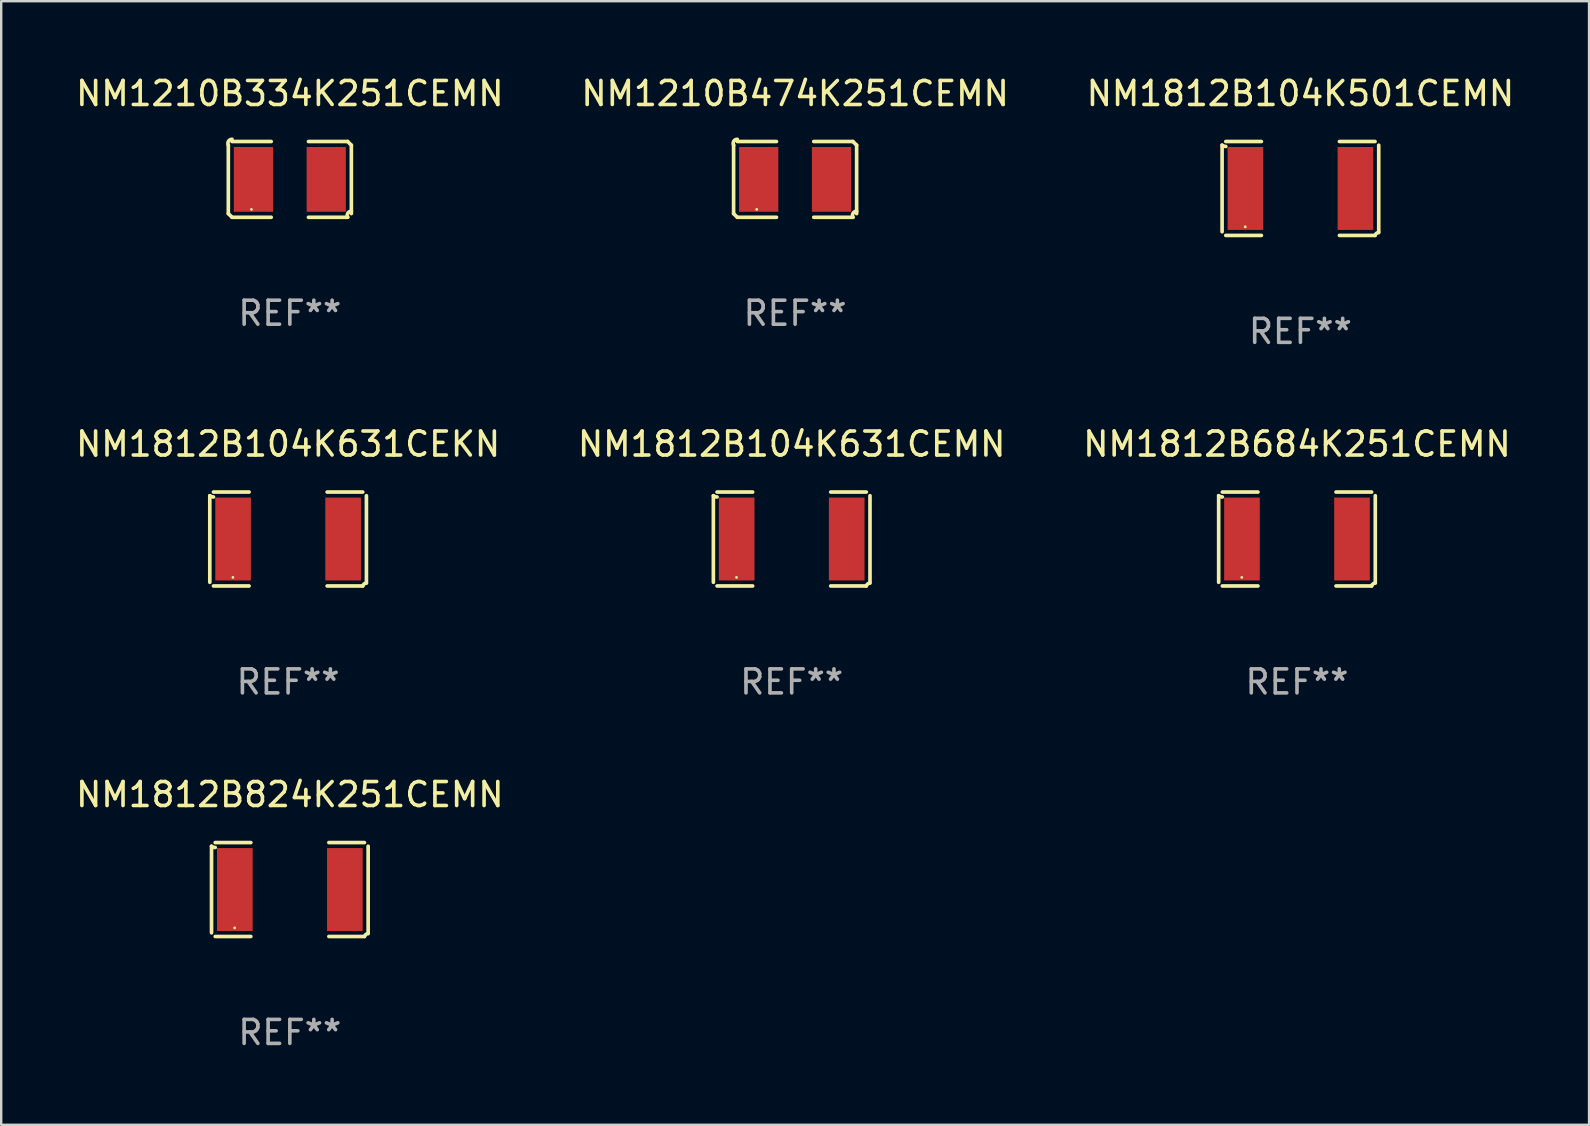
<source format=kicad_pcb>
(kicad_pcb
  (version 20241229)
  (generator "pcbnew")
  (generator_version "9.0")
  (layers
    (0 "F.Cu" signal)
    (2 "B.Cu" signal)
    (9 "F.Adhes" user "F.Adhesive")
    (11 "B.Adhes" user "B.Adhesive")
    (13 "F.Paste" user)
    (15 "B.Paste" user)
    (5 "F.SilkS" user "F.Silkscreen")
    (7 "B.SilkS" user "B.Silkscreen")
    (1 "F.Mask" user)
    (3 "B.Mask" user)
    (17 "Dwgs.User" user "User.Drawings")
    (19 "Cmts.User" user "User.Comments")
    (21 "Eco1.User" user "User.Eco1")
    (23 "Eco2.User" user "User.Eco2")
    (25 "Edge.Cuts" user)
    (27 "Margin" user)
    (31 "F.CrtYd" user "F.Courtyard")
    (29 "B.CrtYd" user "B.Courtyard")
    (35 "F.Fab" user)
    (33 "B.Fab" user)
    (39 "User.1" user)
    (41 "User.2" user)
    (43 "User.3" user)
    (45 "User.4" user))
  (footprint "NM1210B334K251CEMN"
    (layer "F.Cu")
    (at 9.03 4.427)
    (property "Reference" "NM1210B334K251CEMN" (at 0 -3.579 0) (layer "F.SilkS") (effects (font (size 1 1) (thickness 0.15))))
    (attr through_hole)
    (fp_line (start -2.564 1.426) (end -2.564 -1.426) (stroke (width 0.152) (type solid)) (layer "F.SilkS"))
    (fp_line (start -2.411 -1.579) (end -0.776 -1.579) (stroke (width 0.152) (type solid)) (layer "F.SilkS"))
    (fp_line (start -0.776 1.579) (end -2.411 1.579) (stroke (width 0.152) (type solid)) (layer "F.SilkS"))
    (fp_line (start 0.776 1.579) (end 2.411 1.579) (stroke (width 0.152) (type solid)) (layer "F.SilkS"))
    (fp_line (start 2.411 -1.579) (end 0.776 -1.579) (stroke (width 0.152) (type solid)) (layer "F.SilkS"))
    (fp_line (start 2.564 1.426) (end 2.564 -1.426) (stroke (width 0.152) (type solid)) (layer "F.SilkS"))
    (fp_arc (start -2.563602 -1.426213) (mid -2.555597 -1.591233) (end -2.411201 -1.671518) (stroke (width 0.1524) (type solid)) (layer "F.SilkS"))
    (fp_arc (start -2.5636 1.426214) (mid -2.487389 1.502402) (end -2.411201 1.578613) (stroke (width 0.1524) (type solid)) (layer "F.SilkS"))
    (fp_arc (start 2.411197 -1.578618) (mid 2.487403 -1.502419) (end 2.563602 -1.426213) (stroke (width 0.1524) (type solid)) (layer "F.SilkS"))
    (fp_arc (start 2.411201 1.578613) (mid 2.416214 1.409455) (end 2.563602 1.32629) (stroke (width 0.1524) (type solid)) (layer "F.SilkS"))
    (fp_circle (center -1.6 1.25) (end -1.57 1.25) (stroke (width 0.06) (type solid)) (fill no) (layer "F.SilkS"))
    (fp_text user "REF**" (at 0 5.579 0) (layer "F.Fab") (effects (font (size 1 1) (thickness 0.15))))
    (pad "1" smd rect (at -1.517 0) (size 1.635 2.7) (layers "F.Cu" "F.Mask" "F.Paste"))
    (pad "2" smd rect (at 1.517 0) (size 1.635 2.7) (layers "F.Cu" "F.Mask" "F.Paste")))
  (footprint "NM1210B474K251CEMN"
    (layer "F.Cu")
    (at 30.089 4.427)
    (property "Reference" "NM1210B474K251CEMN" (at 0 -3.579 0) (layer "F.SilkS") (effects (font (size 1 1) (thickness 0.15))))
    (attr through_hole)
    (fp_line (start -2.564 1.426) (end -2.564 -1.426) (stroke (width 0.152) (type solid)) (layer "F.SilkS"))
    (fp_line (start -2.411 -1.579) (end -0.776 -1.579) (stroke (width 0.152) (type solid)) (layer "F.SilkS"))
    (fp_line (start -0.776 1.579) (end -2.411 1.579) (stroke (width 0.152) (type solid)) (layer "F.SilkS"))
    (fp_line (start 0.776 1.579) (end 2.411 1.579) (stroke (width 0.152) (type solid)) (layer "F.SilkS"))
    (fp_line (start 2.411 -1.579) (end 0.776 -1.579) (stroke (width 0.152) (type solid)) (layer "F.SilkS"))
    (fp_line (start 2.564 1.426) (end 2.564 -1.426) (stroke (width 0.152) (type solid)) (layer "F.SilkS"))
    (fp_arc (start -2.563602 -1.426213) (mid -2.555597 -1.591233) (end -2.411201 -1.671518) (stroke (width 0.1524) (type solid)) (layer "F.SilkS"))
    (fp_arc (start -2.5636 1.426214) (mid -2.487389 1.502402) (end -2.411201 1.578613) (stroke (width 0.1524) (type solid)) (layer "F.SilkS"))
    (fp_arc (start 2.411197 -1.578618) (mid 2.487403 -1.502419) (end 2.563602 -1.426213) (stroke (width 0.1524) (type solid)) (layer "F.SilkS"))
    (fp_arc (start 2.411201 1.578613) (mid 2.416214 1.409455) (end 2.563602 1.32629) (stroke (width 0.1524) (type solid)) (layer "F.SilkS"))
    (fp_circle (center -1.6 1.25) (end -1.57 1.25) (stroke (width 0.06) (type solid)) (fill no) (layer "F.SilkS"))
    (fp_text user "REF**" (at 0 5.579 0) (layer "F.Fab") (effects (font (size 1 1) (thickness 0.15))))
    (pad "1" smd rect (at -1.517 0) (size 1.635 2.7) (layers "F.Cu" "F.Mask" "F.Paste"))
    (pad "2" smd rect (at 1.517 0) (size 1.635 2.7) (layers "F.Cu" "F.Mask" "F.Paste")))
  (footprint "NM1812B104K631CEKN"
    (layer "F.Cu")
    (at 8.958 19.415)
    (property "Reference" "NM1812B104K631CEKN" (at 0 -3.957 0) (layer "F.SilkS") (effects (font (size 1 1) (thickness 0.15))))
    (attr through_hole)
    (fp_line (start -3.264 1.804) (end -3.264 -1.804) (stroke (width 0.152) (type solid)) (layer "F.SilkS"))
    (fp_line (start -3.111 -1.957) (end -1.626 -1.957) (stroke (width 0.152) (type solid)) (layer "F.SilkS"))
    (fp_line (start -1.626 1.957) (end -3.111 1.957) (stroke (width 0.152) (type solid)) (layer "F.SilkS"))
    (fp_line (start 1.626 1.957) (end 3.111 1.957) (stroke (width 0.152) (type solid)) (layer "F.SilkS"))
    (fp_line (start 3.111 -1.957) (end 1.626 -1.957) (stroke (width 0.152) (type solid)) (layer "F.SilkS"))
    (fp_line (start 3.264 1.804) (end 3.264 -1.804) (stroke (width 0.152) (type solid)) (layer "F.SilkS"))
    (fp_arc (start -3.111202 -1.752192) (mid -3.191715 -1.76555) (end -3.263602 -1.804191) (stroke (width 0.1524) (type solid)) (layer "F.SilkS"))
    (fp_arc (start 3.111201 1.956591) (mid 3.167789 1.872777) (end 3.263602 1.840424) (stroke (width 0.1524) (type solid)) (layer "F.SilkS"))
    (fp_circle (center -2.3 1.6) (end -2.27 1.6) (stroke (width 0.06) (type solid)) (fill no) (layer "F.SilkS"))
    (fp_text user "REF**" (at 0 5.957 0) (layer "F.Fab") (effects (font (size 1 1) (thickness 0.15))))
    (pad "1" smd rect (at -2.293 0) (size 1.485 3.456) (layers "F.Cu" "F.Mask" "F.Paste"))
    (pad "2" smd rect (at 2.293 0) (size 1.485 3.456) (layers "F.Cu" "F.Mask" "F.Paste")))
  (footprint "NM1812B104K501CEMN"
    (layer "F.Cu")
    (at 51.149 4.805)
    (property "Reference" "NM1812B104K501CEMN" (at 0 -3.957 0) (layer "F.SilkS") (effects (font (size 1 1) (thickness 0.15))))
    (attr through_hole)
    (fp_line (start -3.264 1.804) (end -3.264 -1.804) (stroke (width 0.152) (type solid)) (layer "F.SilkS"))
    (fp_line (start -3.111 -1.957) (end -1.626 -1.957) (stroke (width 0.152) (type solid)) (layer "F.SilkS"))
    (fp_line (start -1.626 1.957) (end -3.111 1.957) (stroke (width 0.152) (type solid)) (layer "F.SilkS"))
    (fp_line (start 1.626 1.957) (end 3.111 1.957) (stroke (width 0.152) (type solid)) (layer "F.SilkS"))
    (fp_line (start 3.111 -1.957) (end 1.626 -1.957) (stroke (width 0.152) (type solid)) (layer "F.SilkS"))
    (fp_line (start 3.264 1.804) (end 3.264 -1.804) (stroke (width 0.152) (type solid)) (layer "F.SilkS"))
    (fp_arc (start -3.111202 -1.752192) (mid -3.191715 -1.76555) (end -3.263602 -1.804191) (stroke (width 0.1524) (type solid)) (layer "F.SilkS"))
    (fp_arc (start 3.111201 1.956591) (mid 3.167789 1.872777) (end 3.263602 1.840424) (stroke (width 0.1524) (type solid)) (layer "F.SilkS"))
    (fp_circle (center -2.3 1.6) (end -2.27 1.6) (stroke (width 0.06) (type solid)) (fill no) (layer "F.SilkS"))
    (fp_text user "REF**" (at 0 5.957 0) (layer "F.Fab") (effects (font (size 1 1) (thickness 0.15))))
    (pad "1" smd rect (at -2.293 0) (size 1.485 3.456) (layers "F.Cu" "F.Mask" "F.Paste"))
    (pad "2" smd rect (at 2.293 0) (size 1.485 3.456) (layers "F.Cu" "F.Mask" "F.Paste")))
  (footprint "NM1812B824K251CEMN"
    (layer "F.Cu")
    (at 9.03 34.024)
    (property "Reference" "NM1812B824K251CEMN" (at 0 -3.957 0) (layer "F.SilkS") (effects (font (size 1 1) (thickness 0.15))))
    (attr through_hole)
    (fp_line (start -3.264 1.804) (end -3.264 -1.804) (stroke (width 0.152) (type solid)) (layer "F.SilkS"))
    (fp_line (start -3.111 -1.957) (end -1.626 -1.957) (stroke (width 0.152) (type solid)) (layer "F.SilkS"))
    (fp_line (start -1.626 1.957) (end -3.111 1.957) (stroke (width 0.152) (type solid)) (layer "F.SilkS"))
    (fp_line (start 1.626 1.957) (end 3.111 1.957) (stroke (width 0.152) (type solid)) (layer "F.SilkS"))
    (fp_line (start 3.111 -1.957) (end 1.626 -1.957) (stroke (width 0.152) (type solid)) (layer "F.SilkS"))
    (fp_line (start 3.264 1.804) (end 3.264 -1.804) (stroke (width 0.152) (type solid)) (layer "F.SilkS"))
    (fp_arc (start -3.111202 -1.752192) (mid -3.191715 -1.76555) (end -3.263602 -1.804191) (stroke (width 0.1524) (type solid)) (layer "F.SilkS"))
    (fp_arc (start 3.111201 1.956591) (mid 3.167789 1.872777) (end 3.263602 1.840424) (stroke (width 0.1524) (type solid)) (layer "F.SilkS"))
    (fp_circle (center -2.3 1.6) (end -2.27 1.6) (stroke (width 0.06) (type solid)) (fill no) (layer "F.SilkS"))
    (fp_text user "REF**" (at 0 5.957 0) (layer "F.Fab") (effects (font (size 1 1) (thickness 0.15))))
    (pad "1" smd rect (at -2.293 0) (size 1.485 3.456) (layers "F.Cu" "F.Mask" "F.Paste"))
    (pad "2" smd rect (at 2.293 0) (size 1.485 3.456) (layers "F.Cu" "F.Mask" "F.Paste")))
  (footprint "NM1812B104K631CEMN"
    (layer "F.Cu")
    (at 29.946 19.415)
    (property "Reference" "NM1812B104K631CEMN" (at 0 -3.957 0) (layer "F.SilkS") (effects (font (size 1 1) (thickness 0.15))))
    (attr through_hole)
    (fp_line (start -3.264 1.804) (end -3.264 -1.804) (stroke (width 0.152) (type solid)) (layer "F.SilkS"))
    (fp_line (start -3.111 -1.957) (end -1.626 -1.957) (stroke (width 0.152) (type solid)) (layer "F.SilkS"))
    (fp_line (start -1.626 1.957) (end -3.111 1.957) (stroke (width 0.152) (type solid)) (layer "F.SilkS"))
    (fp_line (start 1.626 1.957) (end 3.111 1.957) (stroke (width 0.152) (type solid)) (layer "F.SilkS"))
    (fp_line (start 3.111 -1.957) (end 1.626 -1.957) (stroke (width 0.152) (type solid)) (layer "F.SilkS"))
    (fp_line (start 3.264 1.804) (end 3.264 -1.804) (stroke (width 0.152) (type solid)) (layer "F.SilkS"))
    (fp_arc (start -3.111202 -1.752192) (mid -3.191715 -1.76555) (end -3.263602 -1.804191) (stroke (width 0.1524) (type solid)) (layer "F.SilkS"))
    (fp_arc (start 3.111201 1.956591) (mid 3.167789 1.872777) (end 3.263602 1.840424) (stroke (width 0.1524) (type solid)) (layer "F.SilkS"))
    (fp_circle (center -2.3 1.6) (end -2.27 1.6) (stroke (width 0.06) (type solid)) (fill no) (layer "F.SilkS"))
    (fp_text user "REF**" (at 0 5.957 0) (layer "F.Fab") (effects (font (size 1 1) (thickness 0.15))))
    (pad "1" smd rect (at -2.293 0) (size 1.485 3.456) (layers "F.Cu" "F.Mask" "F.Paste"))
    (pad "2" smd rect (at 2.293 0) (size 1.485 3.456) (layers "F.Cu" "F.Mask" "F.Paste")))
  (footprint "NM1812B684K251CEMN"
    (layer "F.Cu")
    (at 51.006 19.415)
    (property "Reference" "NM1812B684K251CEMN" (at 0 -3.957 0) (layer "F.SilkS") (effects (font (size 1 1) (thickness 0.15))))
    (attr through_hole)
    (fp_line (start -3.264 1.804) (end -3.264 -1.804) (stroke (width 0.152) (type solid)) (layer "F.SilkS"))
    (fp_line (start -3.111 -1.957) (end -1.626 -1.957) (stroke (width 0.152) (type solid)) (layer "F.SilkS"))
    (fp_line (start -1.626 1.957) (end -3.111 1.957) (stroke (width 0.152) (type solid)) (layer "F.SilkS"))
    (fp_line (start 1.626 1.957) (end 3.111 1.957) (stroke (width 0.152) (type solid)) (layer "F.SilkS"))
    (fp_line (start 3.111 -1.957) (end 1.626 -1.957) (stroke (width 0.152) (type solid)) (layer "F.SilkS"))
    (fp_line (start 3.264 1.804) (end 3.264 -1.804) (stroke (width 0.152) (type solid)) (layer "F.SilkS"))
    (fp_arc (start -3.111202 -1.752192) (mid -3.191715 -1.76555) (end -3.263602 -1.804191) (stroke (width 0.1524) (type solid)) (layer "F.SilkS"))
    (fp_arc (start 3.111201 1.956591) (mid 3.167789 1.872777) (end 3.263602 1.840424) (stroke (width 0.1524) (type solid)) (layer "F.SilkS"))
    (fp_circle (center -2.3 1.6) (end -2.27 1.6) (stroke (width 0.06) (type solid)) (fill no) (layer "F.SilkS"))
    (fp_text user "REF**" (at 0 5.957 0) (layer "F.Fab") (effects (font (size 1 1) (thickness 0.15))))
    (pad "1" smd rect (at -2.293 0) (size 1.485 3.456) (layers "F.Cu" "F.Mask" "F.Paste"))
    (pad "2" smd rect (at 2.293 0) (size 1.485 3.456) (layers "F.Cu" "F.Mask" "F.Paste")))
  (gr_rect
    (start -3 -3)
    (end 63.179 43.829)
    (stroke (width 0.1) (type default))
    (fill no)
    (layer "Edge.Cuts")))
</source>
